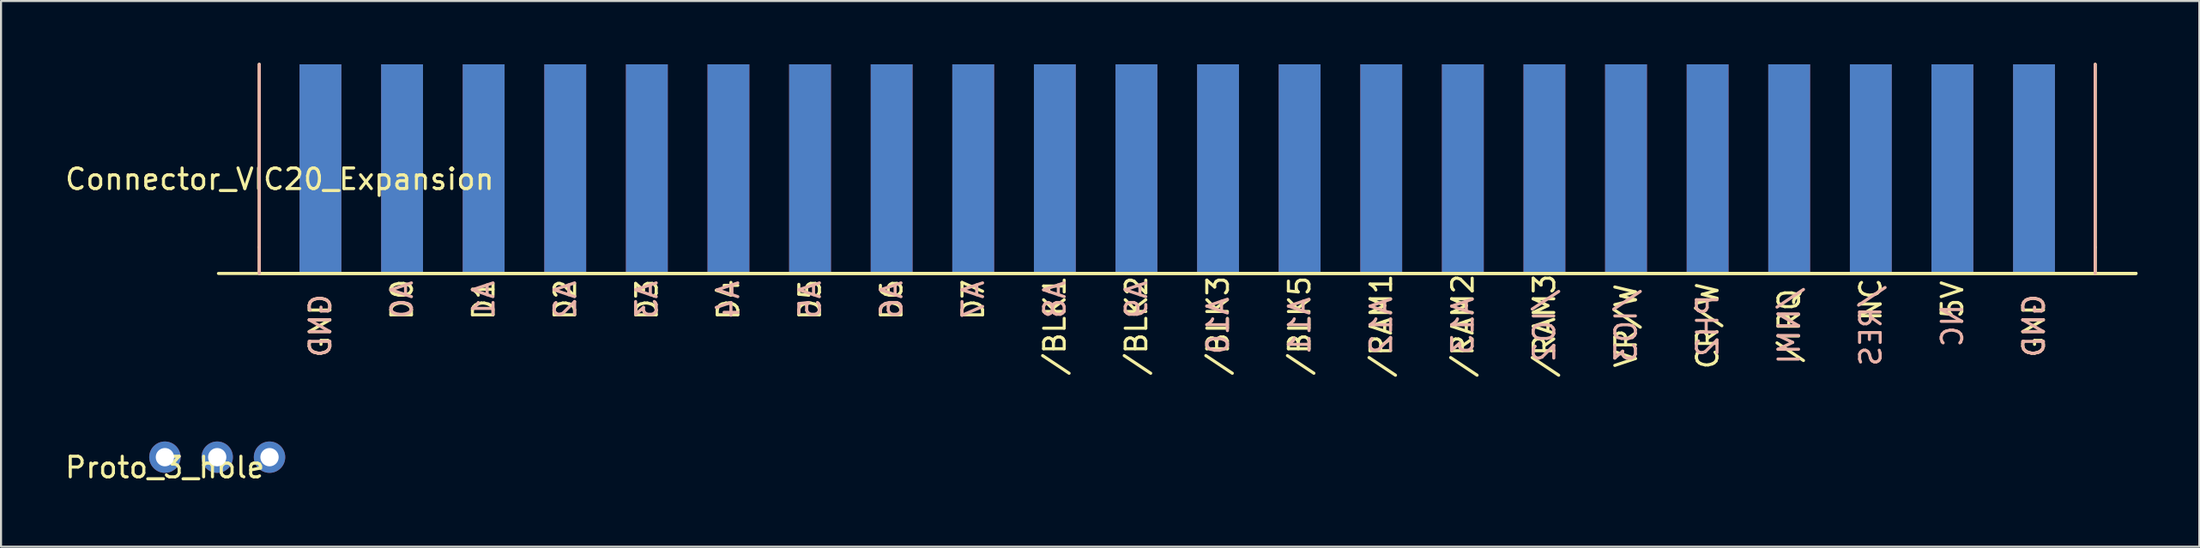
<source format=kicad_pcb>
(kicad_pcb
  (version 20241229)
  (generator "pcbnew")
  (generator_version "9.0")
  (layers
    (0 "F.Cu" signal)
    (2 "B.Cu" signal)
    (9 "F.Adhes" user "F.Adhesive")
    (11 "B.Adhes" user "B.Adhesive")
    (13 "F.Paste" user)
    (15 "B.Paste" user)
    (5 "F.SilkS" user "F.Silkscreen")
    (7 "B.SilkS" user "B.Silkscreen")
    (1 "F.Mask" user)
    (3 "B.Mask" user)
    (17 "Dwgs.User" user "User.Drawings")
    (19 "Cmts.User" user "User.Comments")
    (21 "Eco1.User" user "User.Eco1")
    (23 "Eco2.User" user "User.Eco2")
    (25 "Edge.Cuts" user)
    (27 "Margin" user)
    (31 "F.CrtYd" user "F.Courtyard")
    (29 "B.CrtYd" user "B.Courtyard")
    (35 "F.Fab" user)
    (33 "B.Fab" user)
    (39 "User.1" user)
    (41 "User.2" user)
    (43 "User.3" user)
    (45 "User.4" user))
  (footprint "Proto_3_hole"
    (layer "F.Cu")
    (at 4.958 19.162)
    (property "Reference" "Proto_3_hole" (at 0 0.5 0) (layer "F.SilkS") (effects (font (size 1 1) (thickness 0.15))))
    (attr through_hole)
    (pad "1" thru_hole circle (at 0 0) (size 1.524 1.524) (drill 0.889) (layers "*.Cu" "*.Mask"))
    (pad "2" thru_hole circle (at 2.54 0) (size 1.524 1.524) (drill 0.889) (layers "*.Cu" "*.Mask"))
    (pad "3" thru_hole circle (at 5.08 0) (size 1.524 1.524) (drill 0.889) (layers "*.Cu" "*.Mask")))
  (footprint "Connector_VIC20_Expansion"
    (layer "F.Cu")
    (at 10.53 5.155)
    (property "Reference" "Connector_VIC20_Expansion" (at 0 0.5 0) (layer "F.SilkS") (effects (font (size 1 1) (thickness 0.15))))
    (attr exclude_from_pos_files exclude_from_bom)
    (fp_line (start -0.991 3.81) (end -0.991 -5.08) (stroke (width 0.15) (type solid)) (layer "F.SilkS"))
    (fp_line (start -0.991 5.08) (end -0.991 3.81) (stroke (width 0.15) (type solid)) (layer "F.SilkS"))
    (fp_line (start -0.991 5.08) (end 88.163 5.08) (stroke (width 0.15) (type solid)) (layer "F.SilkS"))
    (fp_line (start 88.163 -5.08) (end 88.163 3.81) (stroke (width 0.15) (type solid)) (layer "F.SilkS"))
    (fp_line (start 88.163 5.08) (end 88.163 3.81) (stroke (width 0.15) (type solid)) (layer "F.SilkS"))
    (fp_line (start 88.163 5.08) (end 90.145 5.08) (stroke (width 0.15) (type solid)) (layer "F.SilkS"))
    (fp_line (start 90.145 5.08) (end -2.972 5.08) (stroke (width 0.15) (type solid)) (layer "F.SilkS"))
    (fp_line (start -0.991 5.08) (end -0.991 -5.08) (stroke (width 0.15) (type solid)) (layer "B.SilkS"))
    (fp_line (start 88.163 -5.08) (end 88.163 5.08) (stroke (width 0.15) (type solid)) (layer "B.SilkS"))
    (fp_text user "VR/W" (at 65.38 7.62 90) (layer "F.SilkS") (effects (font (size 1 1) (thickness 0.15))))
    (fp_text user "NC" (at 77.267 6.35 90) (layer "F.SilkS") (effects (font (size 1 1) (thickness 0.15))))
    (fp_text user "/BLK2" (at 41.605 7.62 90) (layer "F.SilkS") (effects (font (size 1 1) (thickness 0.15))))
    (fp_text user "GND" (at 1.981 7.62 90) (layer "F.SilkS") (effects (font (size 1 1) (thickness 0.15))))
    (fp_text user "D2" (at 13.868 6.35 90) (layer "F.SilkS") (effects (font (size 1 1) (thickness 0.15))))
    (fp_text user "D1" (at 9.906 6.35 90) (layer "F.SilkS") (effects (font (size 1 1) (thickness 0.15))))
    (fp_text user "D7" (at 33.68 6.35 90) (layer "F.SilkS") (effects (font (size 1 1) (thickness 0.15))))
    (fp_text user "/BLK5" (at 49.53 7.62 90) (layer "F.SilkS") (effects (font (size 1 1) (thickness 0.15))))
    (fp_text user "D4" (at 21.793 6.35 90) (layer "F.SilkS") (effects (font (size 1 1) (thickness 0.15))))
    (fp_text user "/RAM3" (at 61.417 7.62 90) (layer "F.SilkS") (effects (font (size 1 1) (thickness 0.15))))
    (fp_text user "5V" (at 81.229 6.35 90) (layer "F.SilkS") (effects (font (size 1 1) (thickness 0.15))))
    (fp_text user "GND" (at 85.192 7.62 270) (layer "F.SilkS") (effects (font (size 1 1) (thickness 0.15))))
    (fp_text user "/IRQ" (at 73.304 7.62 90) (layer "F.SilkS") (effects (font (size 1 1) (thickness 0.15))))
    (fp_text user "/BLK3" (at 45.568 7.62 90) (layer "F.SilkS") (effects (font (size 1 1) (thickness 0.15))))
    (fp_text user "/BLK1" (at 37.643 7.62 270) (layer "F.SilkS") (effects (font (size 1 1) (thickness 0.15))))
    (fp_text user "D6" (at 29.718 6.35 90) (layer "F.SilkS") (effects (font (size 1 1) (thickness 0.15))))
    (fp_text user "CR/W" (at 69.342 7.62 90) (layer "F.SilkS") (effects (font (size 1 1) (thickness 0.15))))
    (fp_text user "/RAM1" (at 53.492 7.62 90) (layer "F.SilkS") (effects (font (size 1 1) (thickness 0.15))))
    (fp_text user "D0" (at 5.944 6.35 90) (layer "F.SilkS") (effects (font (size 1 1) (thickness 0.15))))
    (fp_text user "D5" (at 25.756 6.35 90) (layer "F.SilkS") (effects (font (size 1 1) (thickness 0.15))))
    (fp_text user "D3" (at 17.831 6.35 90) (layer "F.SilkS") (effects (font (size 1 1) (thickness 0.15))))
    (fp_text user "/RAM2" (at 57.455 7.62 90) (layer "F.SilkS") (effects (font (size 1 1) (thickness 0.15))))
    (fp_text user "/IO2" (at 61.417 7.62 90) (layer "B.SilkS") (effects (font (size 1 1) (thickness 0.15)) (justify mirror)))
    (fp_text user "A6" (at 29.718 6.35 90) (layer "B.SilkS") (effects (font (size 1 1) (thickness 0.15)) (justify mirror)))
    (fp_text user "A7" (at 33.68 6.35 90) (layer "B.SilkS") (effects (font (size 1 1) (thickness 0.15)) (justify mirror)))
    (fp_text user "A11" (at 49.53 7.62 90) (layer "B.SilkS") (effects (font (size 1 1) (thickness 0.15)) (justify mirror)))
    (fp_text user "/NMI" (at 73.304 7.62 90) (layer "B.SilkS") (effects (font (size 1 1) (thickness 0.15)) (justify mirror)))
    (fp_text user "A3" (at 17.831 6.35 90) (layer "B.SilkS") (effects (font (size 1 1) (thickness 0.15)) (justify mirror)))
    (fp_text user "A2" (at 13.868 6.35 90) (layer "B.SilkS") (effects (font (size 1 1) (thickness 0.15)) (justify mirror)))
    (fp_text user "A10" (at 45.568 7.62 90) (layer "B.SilkS") (effects (font (size 1 1) (thickness 0.15)) (justify mirror)))
    (fp_text user "/IO3" (at 65.38 7.62 90) (layer "B.SilkS") (effects (font (size 1 1) (thickness 0.15)) (justify mirror)))
    (fp_text user "A9" (at 41.605 6.35 90) (layer "B.SilkS") (effects (font (size 1 1) (thickness 0.15)) (justify mirror)))
    (fp_text user "A13" (at 57.455 7.62 90) (layer "B.SilkS") (effects (font (size 1 1) (thickness 0.15)) (justify mirror)))
    (fp_text user "A5" (at 25.756 6.35 90) (layer "B.SilkS") (effects (font (size 1 1) (thickness 0.15)) (justify mirror)))
    (fp_text user "A8" (at 37.643 6.35 90) (layer "B.SilkS") (effects (font (size 1 1) (thickness 0.15)) (justify mirror)))
    (fp_text user "A12" (at 53.492 7.62 90) (layer "B.SilkS") (effects (font (size 1 1) (thickness 0.15)) (justify mirror)))
    (fp_text user "/RES" (at 77.267 7.62 90) (layer "B.SilkS") (effects (font (size 1 1) (thickness 0.15)) (justify mirror)))
    (fp_text user "GND" (at 85.192 7.62 90) (layer "B.SilkS") (effects (font (size 1 1) (thickness 0.15)) (justify mirror)))
    (fp_text user "NC" (at 81.229 7.62 90) (layer "B.SilkS") (effects (font (size 1 1) (thickness 0.15)) (justify mirror)))
    (fp_text user "PH2" (at 69.342 7.62 90) (layer "B.SilkS") (effects (font (size 1 1) (thickness 0.15)) (justify mirror)))
    (fp_text user "A1" (at 9.906 6.35 90) (layer "B.SilkS") (effects (font (size 1 1) (thickness 0.15)) (justify mirror)))
    (fp_text user "A0" (at 5.944 6.35 90) (layer "B.SilkS") (effects (font (size 1 1) (thickness 0.15)) (justify mirror)))
    (fp_text user "A4" (at 21.793 6.35 90) (layer "B.SilkS") (effects (font (size 1 1) (thickness 0.15)) (justify mirror)))
    (fp_text user "GND" (at 1.981 7.62 90) (layer "B.SilkS") (effects (font (size 1 1) (thickness 0.15)) (justify mirror)))
    (pad "5V" smd rect (at 81.229 0) (size 2.032 10.16) (layers "F.Cu" "F.Mask"))
    (pad "20NC" smd rect (at 77.267 0) (size 2.032 10.16) (layers "F.Cu" "F.Mask"))
    (pad "A0" smd rect (at 5.944 0) (size 2.032 10.16) (layers "B.Cu" "B.Mask"))
    (pad "A1" smd rect (at 9.906 0) (size 2.032 10.16) (layers "B.Cu" "B.Mask"))
    (pad "A2" smd rect (at 13.868 0) (size 2.032 10.16) (layers "B.Cu" "B.Mask"))
    (pad "A3" smd rect (at 17.831 0) (size 2.032 10.16) (layers "B.Cu" "B.Mask"))
    (pad "A4" smd rect (at 21.793 0) (size 2.032 10.16) (layers "B.Cu" "B.Mask"))
    (pad "A5" smd rect (at 25.756 0) (size 2.032 10.16) (layers "B.Cu" "B.Mask"))
    (pad "A6" smd rect (at 29.718 0) (size 2.032 10.16) (layers "B.Cu" "B.Mask"))
    (pad "A7" smd rect (at 33.68 0) (size 2.032 10.16) (layers "B.Cu" "B.Mask"))
    (pad "A8" smd rect (at 37.643 0) (size 2.032 10.16) (layers "B.Cu" "B.Mask"))
    (pad "A9" smd rect (at 41.605 0) (size 2.032 10.16) (layers "B.Cu" "B.Mask"))
    (pad "A10" smd rect (at 45.568 0) (size 2.032 10.16) (layers "B.Cu" "B.Mask"))
    (pad "A11" smd rect (at 49.53 0) (size 2.032 10.16) (layers "B.Cu" "B.Mask"))
    (pad "A12" smd rect (at 53.492 0) (size 2.032 10.16) (layers "B.Cu" "B.Mask"))
    (pad "A13" smd rect (at 57.455 0) (size 2.032 10.16) (layers "B.Cu" "B.Mask"))
    (pad "BLK1" smd rect (at 37.643 0) (size 2.032 10.16) (layers "F.Cu" "F.Mask"))
    (pad "BLK2" smd rect (at 41.605 0) (size 2.032 10.16) (layers "F.Cu" "F.Mask"))
    (pad "BLK3" smd rect (at 45.568 0) (size 2.032 10.16) (layers "F.Cu" "F.Mask"))
    (pad "BLK5" smd rect (at 49.53 0) (size 2.032 10.16) (layers "F.Cu" "F.Mask"))
    (pad "CRW" smd rect (at 69.342 0) (size 2.032 10.16) (layers "F.Cu" "F.Mask"))
    (pad "D0" smd rect (at 5.944 0) (size 2.032 10.16) (layers "F.Cu" "F.Mask"))
    (pad "D1" smd rect (at 9.906 0) (size 2.032 10.16) (layers "F.Cu" "F.Mask"))
    (pad "D2" smd rect (at 13.868 0) (size 2.032 10.16) (layers "F.Cu" "F.Mask"))
    (pad "D3" smd rect (at 17.831 0) (size 2.032 10.16) (layers "F.Cu" "F.Mask"))
    (pad "D4" smd rect (at 21.793 0) (size 2.032 10.16) (layers "F.Cu" "F.Mask"))
    (pad "D5" smd rect (at 25.756 0) (size 2.032 10.16) (layers "F.Cu" "F.Mask"))
    (pad "D6" smd rect (at 29.718 0) (size 2.032 10.16) (layers "F.Cu" "F.Mask"))
    (pad "D7" smd rect (at 33.68 0) (size 2.032 10.16) (layers "F.Cu" "F.Mask"))
    (pad "GND1" smd rect (at 1.981 0) (size 2.032 10.16) (layers "F.Cu" "F.Mask"))
    (pad "GND22" smd rect (at 85.192 0) (size 2.032 10.16) (layers "F.Cu" "F.Mask"))
    (pad "GND44" smd rect (at 85.192 0) (size 2.032 10.16) (layers "B.Cu" "B.Mask"))
    (pad "GNDA" smd rect (at 1.981 0) (size 2.032 10.16) (layers "B.Cu" "B.Mask"))
    (pad "IO2" smd rect (at 61.417 0) (size 2.032 10.16) (layers "B.Cu" "B.Mask"))
    (pad "IO3" smd rect (at 65.38 0) (size 2.032 10.16) (layers "B.Cu" "B.Mask"))
    (pad "IRQ" smd rect (at 73.304 0) (size 2.032 10.16) (layers "F.Cu" "F.Mask"))
    (pad "NMI" smd rect (at 73.304 0) (size 2.032 10.16) (layers "B.Cu" "B.Mask"))
    (pad "RAM1" smd rect (at 53.492 0) (size 2.032 10.16) (layers "F.Cu" "F.Mask"))
    (pad "RAM2" smd rect (at 57.455 0) (size 2.032 10.16) (layers "F.Cu" "F.Mask"))
    (pad "RAM3" smd rect (at 61.417 0) (size 2.032 10.16) (layers "F.Cu" "F.Mask"))
    (pad "RESET" smd rect (at 77.267 0) (size 2.032 10.16) (layers "B.Cu" "B.Mask"))
    (pad "SPHI2" smd rect (at 69.342 0) (size 2.032 10.16) (layers "B.Cu" "B.Mask"))
    (pad "VRW" smd rect (at 65.38 0) (size 2.032 10.16) (layers "F.Cu" "F.Mask"))
    (pad "YNC" smd rect (at 81.229 0) (size 2.032 10.16) (layers "B.Cu" "B.Mask")))
  (gr_rect
    (start -3 -3)
    (end 103.749 23.51)
    (stroke (width 0.1) (type default))
    (fill no)
    (layer "Edge.Cuts")))
</source>
